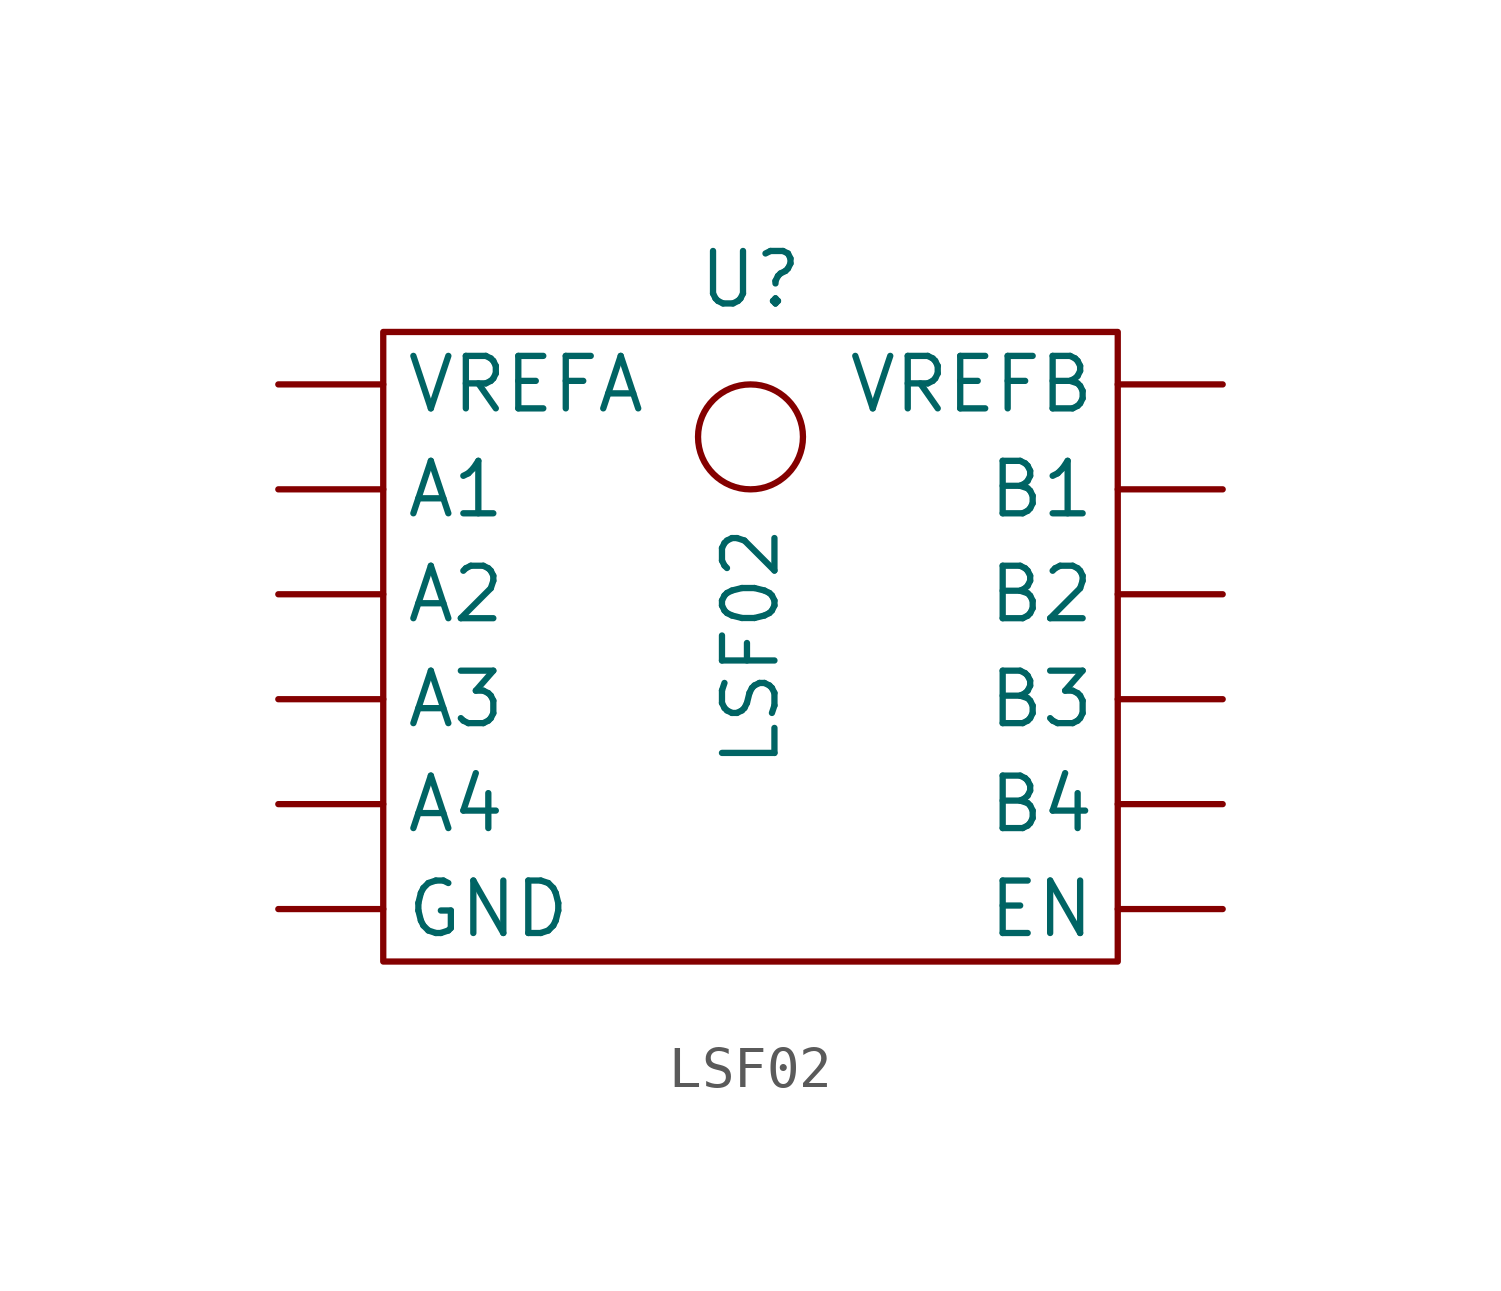
<source format=kicad_sym>
(kicad_symbol_lib
  (version 20211014)
  (generator kicad_symbol_editor)
  (symbol "LSF02"
    (property "Reference" "U"
      (at 0 8.89 0)
      (effects (font (size 1.27 1.27))))
    (property "Value" "LSF02"
      (at 0 0 90)
      (effects (font (size 1.27 1.27))))
    (symbol "LSF02_0_1"
      (rectangle (start -8.89 7.62) (end 8.89 -7.62) (stroke (width 0) (type default) (color 0 0 0 0)) (fill (type none)))
      (circle (center 0 5.08) (radius 1.27) (stroke (width 0) (type default) (color 0 0 0 0)) (fill (type none))))
    (symbol "LSF02_1_1"
      (pin bidirectional line (at -11.43 3.81 0) (length 2.54) (name "A1" (effects (font (size 1.27 1.27)))) (number "" (effects (font (size 1.27 1.27)))))
      (pin bidirectional line (at -11.43 1.27 0) (length 2.54) (name "A2" (effects (font (size 1.27 1.27)))) (number "" (effects (font (size 1.27 1.27)))))
      (pin bidirectional line (at -11.43 -1.27 0) (length 2.54) (name "A3" (effects (font (size 1.27 1.27)))) (number "" (effects (font (size 1.27 1.27)))))
      (pin bidirectional line (at -11.43 -3.81 0) (length 2.54) (name "A4" (effects (font (size 1.27 1.27)))) (number "" (effects (font (size 1.27 1.27)))))
      (pin bidirectional line (at 11.43 3.81 180) (length 2.54) (name "B1" (effects (font (size 1.27 1.27)))) (number "" (effects (font (size 1.27 1.27)))))
      (pin bidirectional line (at 11.43 1.27 180) (length 2.54) (name "B2" (effects (font (size 1.27 1.27)))) (number "" (effects (font (size 1.27 1.27)))))
      (pin bidirectional line (at 11.43 -1.27 180) (length 2.54) (name "B3" (effects (font (size 1.27 1.27)))) (number "" (effects (font (size 1.27 1.27)))))
      (pin bidirectional line (at 11.43 -3.81 180) (length 2.54) (name "B4" (effects (font (size 1.27 1.27)))) (number "" (effects (font (size 1.27 1.27)))))
      (pin power_in line (at 11.43 -6.35 180) (length 2.54) (name "EN" (effects (font (size 1.27 1.27)))) (number "" (effects (font (size 1.27 1.27)))))
      (pin power_in line (at -11.43 -6.35 0) (length 2.54) (name "GND" (effects (font (size 1.27 1.27)))) (number "" (effects (font (size 1.27 1.27)))))
      (pin power_in line (at -11.43 6.35 0) (length 2.54) (name "VREFA" (effects (font (size 1.27 1.27)))) (number "" (effects (font (size 1.27 1.27)))))
      (pin power_in line (at 11.43 6.35 180) (length 2.54) (name "VREFB" (effects (font (size 1.27 1.27)))) (number "" (effects (font (size 1.27 1.27))))))))
</source>
